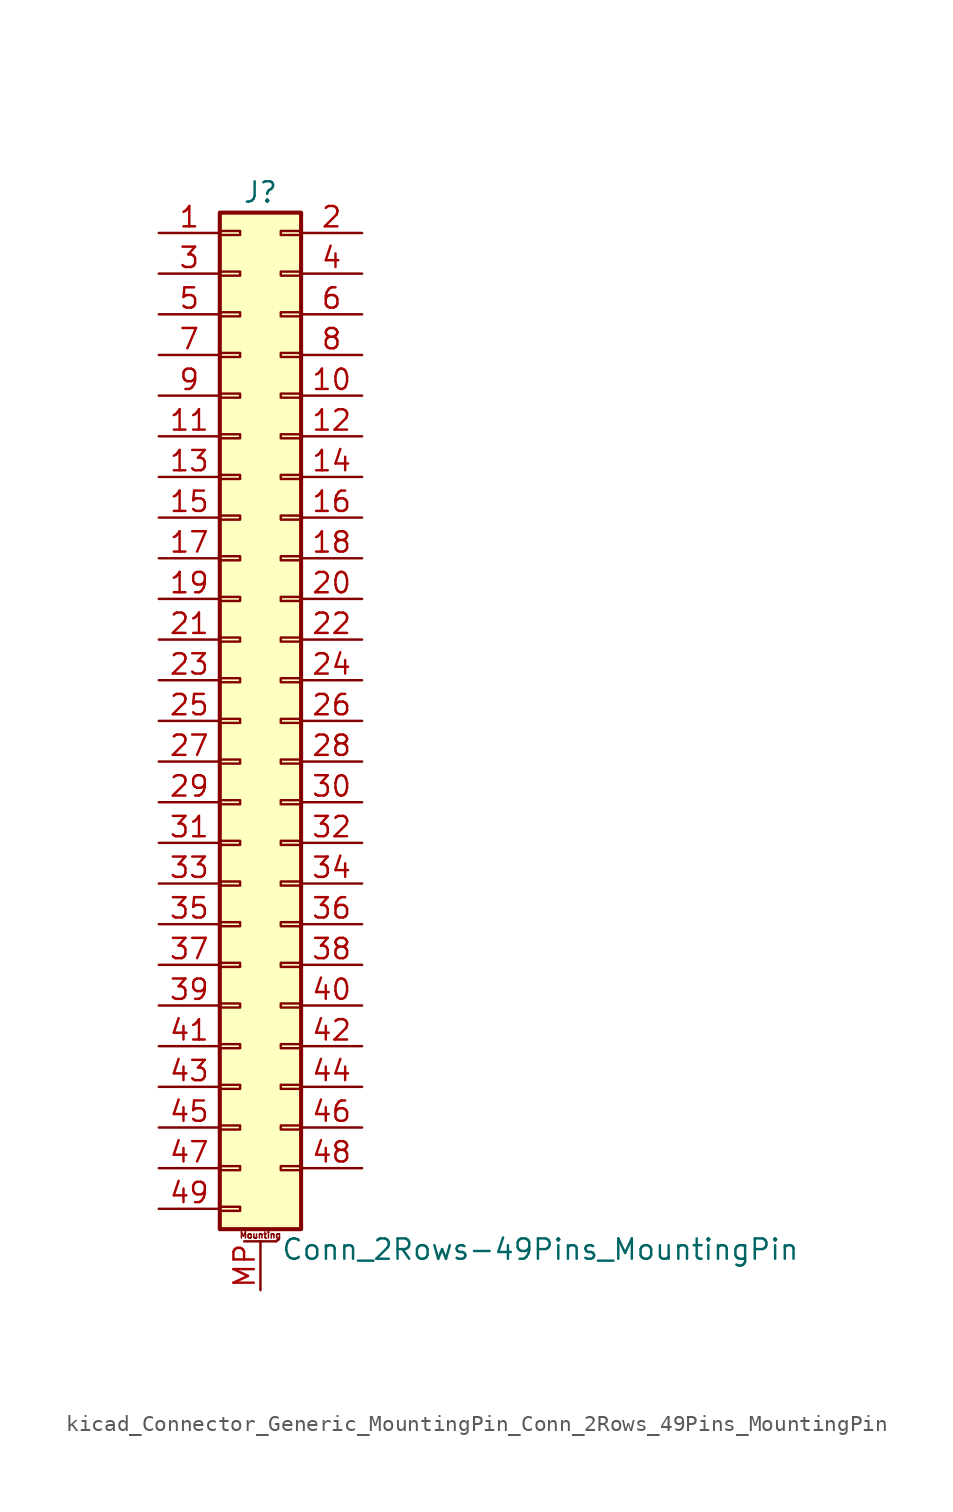
<source format=kicad_sym>
(kicad_symbol_lib
  (version 20220914)
  (generator kicad_symbol_editor)
  (symbol "kicad_Connector_Generic_MountingPin_Conn_2Rows_49Pins_MountingPin"
    (pin_names
      (offset 1.016) hide)
    (property "Reference" "J"
      (at 1.27 33.02 0)
      (effects (font (size 1.27 1.27))))
    (property "Value" "Conn_2Rows-49Pins_MountingPin"
      (at 2.54 -33.02 0)
      (effects (font (size 1.27 1.27)) (justify left)))
    (symbol "kicad_Connector_Generic_MountingPin_Conn_2Rows_49Pins_MountingPin_1_1"
      (rectangle (start -1.27 -30.353) (end 0 -30.607) (stroke (width 0.152) (type default)) (fill (type none)))
      (rectangle (start -1.27 -27.813) (end 0 -28.067) (stroke (width 0.152) (type default)) (fill (type none)))
      (rectangle (start -1.27 -25.273) (end 0 -25.527) (stroke (width 0.152) (type default)) (fill (type none)))
      (rectangle (start -1.27 -22.733) (end 0 -22.987) (stroke (width 0.152) (type default)) (fill (type none)))
      (rectangle (start -1.27 -20.193) (end 0 -20.447) (stroke (width 0.152) (type default)) (fill (type none)))
      (rectangle (start -1.27 -17.653) (end 0 -17.907) (stroke (width 0.152) (type default)) (fill (type none)))
      (rectangle (start -1.27 -15.113) (end 0 -15.367) (stroke (width 0.152) (type default)) (fill (type none)))
      (rectangle (start -1.27 -12.573) (end 0 -12.827) (stroke (width 0.152) (type default)) (fill (type none)))
      (rectangle (start -1.27 -10.033) (end 0 -10.287) (stroke (width 0.152) (type default)) (fill (type none)))
      (rectangle (start -1.27 -7.493) (end 0 -7.747) (stroke (width 0.152) (type default)) (fill (type none)))
      (rectangle (start -1.27 -4.953) (end 0 -5.207) (stroke (width 0.152) (type default)) (fill (type none)))
      (rectangle (start -1.27 -2.413) (end 0 -2.667) (stroke (width 0.152) (type default)) (fill (type none)))
      (rectangle (start -1.27 0.127) (end 0 -0.127) (stroke (width 0.152) (type default)) (fill (type none)))
      (rectangle (start -1.27 2.667) (end 0 2.413) (stroke (width 0.152) (type default)) (fill (type none)))
      (rectangle (start -1.27 5.207) (end 0 4.953) (stroke (width 0.152) (type default)) (fill (type none)))
      (rectangle (start -1.27 7.747) (end 0 7.493) (stroke (width 0.152) (type default)) (fill (type none)))
      (rectangle (start -1.27 10.287) (end 0 10.033) (stroke (width 0.152) (type default)) (fill (type none)))
      (rectangle (start -1.27 12.827) (end 0 12.573) (stroke (width 0.152) (type default)) (fill (type none)))
      (rectangle (start -1.27 15.367) (end 0 15.113) (stroke (width 0.152) (type default)) (fill (type none)))
      (rectangle (start -1.27 17.907) (end 0 17.653) (stroke (width 0.152) (type default)) (fill (type none)))
      (rectangle (start -1.27 20.447) (end 0 20.193) (stroke (width 0.152) (type default)) (fill (type none)))
      (rectangle (start -1.27 22.987) (end 0 22.733) (stroke (width 0.152) (type default)) (fill (type none)))
      (rectangle (start -1.27 25.527) (end 0 25.273) (stroke (width 0.152) (type default)) (fill (type none)))
      (rectangle (start -1.27 28.067) (end 0 27.813) (stroke (width 0.152) (type default)) (fill (type none)))
      (rectangle (start -1.27 30.607) (end 0 30.353) (stroke (width 0.152) (type default)) (fill (type none)))
      (rectangle (start -1.27 31.75) (end 3.81 -31.75) (stroke (width 0.254) (type default)) (fill (type background)))
      (polyline (pts (xy 0.254 -32.512) (xy 2.286 -32.512)) (stroke (width 0.152) (type default)) (fill (type none)))
      (rectangle (start 3.81 -27.813) (end 2.54 -28.067) (stroke (width 0.152) (type default)) (fill (type none)))
      (rectangle (start 3.81 -25.273) (end 2.54 -25.527) (stroke (width 0.152) (type default)) (fill (type none)))
      (rectangle (start 3.81 -22.733) (end 2.54 -22.987) (stroke (width 0.152) (type default)) (fill (type none)))
      (rectangle (start 3.81 -20.193) (end 2.54 -20.447) (stroke (width 0.152) (type default)) (fill (type none)))
      (rectangle (start 3.81 -17.653) (end 2.54 -17.907) (stroke (width 0.152) (type default)) (fill (type none)))
      (rectangle (start 3.81 -15.113) (end 2.54 -15.367) (stroke (width 0.152) (type default)) (fill (type none)))
      (rectangle (start 3.81 -12.573) (end 2.54 -12.827) (stroke (width 0.152) (type default)) (fill (type none)))
      (rectangle (start 3.81 -10.033) (end 2.54 -10.287) (stroke (width 0.152) (type default)) (fill (type none)))
      (rectangle (start 3.81 -7.493) (end 2.54 -7.747) (stroke (width 0.152) (type default)) (fill (type none)))
      (rectangle (start 3.81 -4.953) (end 2.54 -5.207) (stroke (width 0.152) (type default)) (fill (type none)))
      (rectangle (start 3.81 -2.413) (end 2.54 -2.667) (stroke (width 0.152) (type default)) (fill (type none)))
      (rectangle (start 3.81 0.127) (end 2.54 -0.127) (stroke (width 0.152) (type default)) (fill (type none)))
      (rectangle (start 3.81 2.667) (end 2.54 2.413) (stroke (width 0.152) (type default)) (fill (type none)))
      (rectangle (start 3.81 5.207) (end 2.54 4.953) (stroke (width 0.152) (type default)) (fill (type none)))
      (rectangle (start 3.81 7.747) (end 2.54 7.493) (stroke (width 0.152) (type default)) (fill (type none)))
      (rectangle (start 3.81 10.287) (end 2.54 10.033) (stroke (width 0.152) (type default)) (fill (type none)))
      (rectangle (start 3.81 12.827) (end 2.54 12.573) (stroke (width 0.152) (type default)) (fill (type none)))
      (rectangle (start 3.81 15.367) (end 2.54 15.113) (stroke (width 0.152) (type default)) (fill (type none)))
      (rectangle (start 3.81 17.907) (end 2.54 17.653) (stroke (width 0.152) (type default)) (fill (type none)))
      (rectangle (start 3.81 20.447) (end 2.54 20.193) (stroke (width 0.152) (type default)) (fill (type none)))
      (rectangle (start 3.81 22.987) (end 2.54 22.733) (stroke (width 0.152) (type default)) (fill (type none)))
      (rectangle (start 3.81 25.527) (end 2.54 25.273) (stroke (width 0.152) (type default)) (fill (type none)))
      (rectangle (start 3.81 28.067) (end 2.54 27.813) (stroke (width 0.152) (type default)) (fill (type none)))
      (rectangle (start 3.81 30.607) (end 2.54 30.353) (stroke (width 0.152) (type default)) (fill (type none)))
      (text "Mounting" (at 1.27 -32.131 0) (effects (font (size 0.381 0.381))))
      (pin passive line (at -5.08 30.48 0) (length 3.81) (name "Pin_1" (effects (font (size 1.27 1.27)))) (number "1" (effects (font (size 1.27 1.27)))))
      (pin passive line (at 7.62 20.32 180) (length 3.81) (name "Pin_10" (effects (font (size 1.27 1.27)))) (number "10" (effects (font (size 1.27 1.27)))))
      (pin passive line (at -5.08 17.78 0) (length 3.81) (name "Pin_11" (effects (font (size 1.27 1.27)))) (number "11" (effects (font (size 1.27 1.27)))))
      (pin passive line (at 7.62 17.78 180) (length 3.81) (name "Pin_12" (effects (font (size 1.27 1.27)))) (number "12" (effects (font (size 1.27 1.27)))))
      (pin passive line (at -5.08 15.24 0) (length 3.81) (name "Pin_13" (effects (font (size 1.27 1.27)))) (number "13" (effects (font (size 1.27 1.27)))))
      (pin passive line (at 7.62 15.24 180) (length 3.81) (name "Pin_14" (effects (font (size 1.27 1.27)))) (number "14" (effects (font (size 1.27 1.27)))))
      (pin passive line (at -5.08 12.7 0) (length 3.81) (name "Pin_15" (effects (font (size 1.27 1.27)))) (number "15" (effects (font (size 1.27 1.27)))))
      (pin passive line (at 7.62 12.7 180) (length 3.81) (name "Pin_16" (effects (font (size 1.27 1.27)))) (number "16" (effects (font (size 1.27 1.27)))))
      (pin passive line (at -5.08 10.16 0) (length 3.81) (name "Pin_17" (effects (font (size 1.27 1.27)))) (number "17" (effects (font (size 1.27 1.27)))))
      (pin passive line (at 7.62 10.16 180) (length 3.81) (name "Pin_18" (effects (font (size 1.27 1.27)))) (number "18" (effects (font (size 1.27 1.27)))))
      (pin passive line (at -5.08 7.62 0) (length 3.81) (name "Pin_19" (effects (font (size 1.27 1.27)))) (number "19" (effects (font (size 1.27 1.27)))))
      (pin passive line (at 7.62 30.48 180) (length 3.81) (name "Pin_2" (effects (font (size 1.27 1.27)))) (number "2" (effects (font (size 1.27 1.27)))))
      (pin passive line (at 7.62 7.62 180) (length 3.81) (name "Pin_20" (effects (font (size 1.27 1.27)))) (number "20" (effects (font (size 1.27 1.27)))))
      (pin passive line (at -5.08 5.08 0) (length 3.81) (name "Pin_21" (effects (font (size 1.27 1.27)))) (number "21" (effects (font (size 1.27 1.27)))))
      (pin passive line (at 7.62 5.08 180) (length 3.81) (name "Pin_22" (effects (font (size 1.27 1.27)))) (number "22" (effects (font (size 1.27 1.27)))))
      (pin passive line (at -5.08 2.54 0) (length 3.81) (name "Pin_23" (effects (font (size 1.27 1.27)))) (number "23" (effects (font (size 1.27 1.27)))))
      (pin passive line (at 7.62 2.54 180) (length 3.81) (name "Pin_24" (effects (font (size 1.27 1.27)))) (number "24" (effects (font (size 1.27 1.27)))))
      (pin passive line (at -5.08 0 0) (length 3.81) (name "Pin_25" (effects (font (size 1.27 1.27)))) (number "25" (effects (font (size 1.27 1.27)))))
      (pin passive line (at 7.62 0 180) (length 3.81) (name "Pin_26" (effects (font (size 1.27 1.27)))) (number "26" (effects (font (size 1.27 1.27)))))
      (pin passive line (at -5.08 -2.54 0) (length 3.81) (name "Pin_27" (effects (font (size 1.27 1.27)))) (number "27" (effects (font (size 1.27 1.27)))))
      (pin passive line (at 7.62 -2.54 180) (length 3.81) (name "Pin_28" (effects (font (size 1.27 1.27)))) (number "28" (effects (font (size 1.27 1.27)))))
      (pin passive line (at -5.08 -5.08 0) (length 3.81) (name "Pin_29" (effects (font (size 1.27 1.27)))) (number "29" (effects (font (size 1.27 1.27)))))
      (pin passive line (at -5.08 27.94 0) (length 3.81) (name "Pin_3" (effects (font (size 1.27 1.27)))) (number "3" (effects (font (size 1.27 1.27)))))
      (pin passive line (at 7.62 -5.08 180) (length 3.81) (name "Pin_30" (effects (font (size 1.27 1.27)))) (number "30" (effects (font (size 1.27 1.27)))))
      (pin passive line (at -5.08 -7.62 0) (length 3.81) (name "Pin_31" (effects (font (size 1.27 1.27)))) (number "31" (effects (font (size 1.27 1.27)))))
      (pin passive line (at 7.62 -7.62 180) (length 3.81) (name "Pin_32" (effects (font (size 1.27 1.27)))) (number "32" (effects (font (size 1.27 1.27)))))
      (pin passive line (at -5.08 -10.16 0) (length 3.81) (name "Pin_33" (effects (font (size 1.27 1.27)))) (number "33" (effects (font (size 1.27 1.27)))))
      (pin passive line (at 7.62 -10.16 180) (length 3.81) (name "Pin_34" (effects (font (size 1.27 1.27)))) (number "34" (effects (font (size 1.27 1.27)))))
      (pin passive line (at -5.08 -12.7 0) (length 3.81) (name "Pin_35" (effects (font (size 1.27 1.27)))) (number "35" (effects (font (size 1.27 1.27)))))
      (pin passive line (at 7.62 -12.7 180) (length 3.81) (name "Pin_36" (effects (font (size 1.27 1.27)))) (number "36" (effects (font (size 1.27 1.27)))))
      (pin passive line (at -5.08 -15.24 0) (length 3.81) (name "Pin_37" (effects (font (size 1.27 1.27)))) (number "37" (effects (font (size 1.27 1.27)))))
      (pin passive line (at 7.62 -15.24 180) (length 3.81) (name "Pin_38" (effects (font (size 1.27 1.27)))) (number "38" (effects (font (size 1.27 1.27)))))
      (pin passive line (at -5.08 -17.78 0) (length 3.81) (name "Pin_39" (effects (font (size 1.27 1.27)))) (number "39" (effects (font (size 1.27 1.27)))))
      (pin passive line (at 7.62 27.94 180) (length 3.81) (name "Pin_4" (effects (font (size 1.27 1.27)))) (number "4" (effects (font (size 1.27 1.27)))))
      (pin passive line (at 7.62 -17.78 180) (length 3.81) (name "Pin_40" (effects (font (size 1.27 1.27)))) (number "40" (effects (font (size 1.27 1.27)))))
      (pin passive line (at -5.08 -20.32 0) (length 3.81) (name "Pin_41" (effects (font (size 1.27 1.27)))) (number "41" (effects (font (size 1.27 1.27)))))
      (pin passive line (at 7.62 -20.32 180) (length 3.81) (name "Pin_42" (effects (font (size 1.27 1.27)))) (number "42" (effects (font (size 1.27 1.27)))))
      (pin passive line (at -5.08 -22.86 0) (length 3.81) (name "Pin_43" (effects (font (size 1.27 1.27)))) (number "43" (effects (font (size 1.27 1.27)))))
      (pin passive line (at 7.62 -22.86 180) (length 3.81) (name "Pin_44" (effects (font (size 1.27 1.27)))) (number "44" (effects (font (size 1.27 1.27)))))
      (pin passive line (at -5.08 -25.4 0) (length 3.81) (name "Pin_45" (effects (font (size 1.27 1.27)))) (number "45" (effects (font (size 1.27 1.27)))))
      (pin passive line (at 7.62 -25.4 180) (length 3.81) (name "Pin_46" (effects (font (size 1.27 1.27)))) (number "46" (effects (font (size 1.27 1.27)))))
      (pin passive line (at -5.08 -27.94 0) (length 3.81) (name "Pin_47" (effects (font (size 1.27 1.27)))) (number "47" (effects (font (size 1.27 1.27)))))
      (pin passive line (at 7.62 -27.94 180) (length 3.81) (name "Pin_48" (effects (font (size 1.27 1.27)))) (number "48" (effects (font (size 1.27 1.27)))))
      (pin passive line (at -5.08 -30.48 0) (length 3.81) (name "Pin_49" (effects (font (size 1.27 1.27)))) (number "49" (effects (font (size 1.27 1.27)))))
      (pin passive line (at -5.08 25.4 0) (length 3.81) (name "Pin_5" (effects (font (size 1.27 1.27)))) (number "5" (effects (font (size 1.27 1.27)))))
      (pin passive line (at 7.62 25.4 180) (length 3.81) (name "Pin_6" (effects (font (size 1.27 1.27)))) (number "6" (effects (font (size 1.27 1.27)))))
      (pin passive line (at -5.08 22.86 0) (length 3.81) (name "Pin_7" (effects (font (size 1.27 1.27)))) (number "7" (effects (font (size 1.27 1.27)))))
      (pin passive line (at 7.62 22.86 180) (length 3.81) (name "Pin_8" (effects (font (size 1.27 1.27)))) (number "8" (effects (font (size 1.27 1.27)))))
      (pin passive line (at -5.08 20.32 0) (length 3.81) (name "Pin_9" (effects (font (size 1.27 1.27)))) (number "9" (effects (font (size 1.27 1.27)))))
      (pin passive line (at 1.27 -35.56 90) (length 3.048) (name "MountPin" (effects (font (size 1.27 1.27)))) (number "MP" (effects (font (size 1.27 1.27))))))))
</source>
